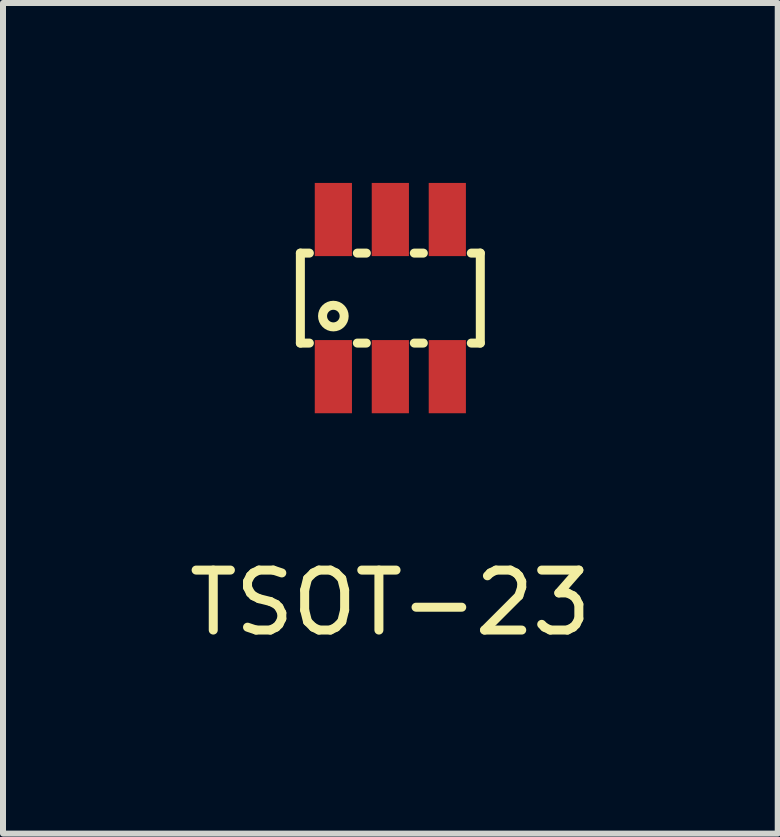
<source format=kicad_pcb>
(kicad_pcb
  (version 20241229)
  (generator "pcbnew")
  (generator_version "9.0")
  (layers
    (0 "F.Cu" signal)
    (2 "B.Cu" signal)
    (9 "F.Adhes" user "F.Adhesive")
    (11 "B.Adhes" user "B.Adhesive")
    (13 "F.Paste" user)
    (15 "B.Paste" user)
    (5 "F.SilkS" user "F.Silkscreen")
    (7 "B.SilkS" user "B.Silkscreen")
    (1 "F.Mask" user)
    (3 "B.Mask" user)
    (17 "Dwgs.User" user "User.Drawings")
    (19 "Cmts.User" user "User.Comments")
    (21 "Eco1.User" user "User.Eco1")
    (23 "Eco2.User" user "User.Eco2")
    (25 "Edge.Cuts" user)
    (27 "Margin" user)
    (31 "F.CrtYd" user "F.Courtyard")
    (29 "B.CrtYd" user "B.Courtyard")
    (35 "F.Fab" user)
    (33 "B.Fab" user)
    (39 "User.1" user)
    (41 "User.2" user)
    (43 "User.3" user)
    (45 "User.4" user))
  (footprint "TSOT-23"
    (layer "F.Cu")
    (at 3.458 1.92)
    (property "Reference" "TSOT-23" (at 0 5.08 0) (layer "F.SilkS") (effects (font (size 1 1) (thickness 0.15))))
    (attr through_hole)
    (fp_line (start -1.5 -0.75) (end -1.5 0.75) (stroke (width 0.15) (type solid)) (layer "F.SilkS"))
    (fp_line (start -1.5 -0.75) (end -1.35 -0.75) (stroke (width 0.15) (type solid)) (layer "F.SilkS"))
    (fp_line (start -1.5 0.75) (end -1.35 0.75) (stroke (width 0.15) (type solid)) (layer "F.SilkS"))
    (fp_line (start -0.55 -0.75) (end -0.4 -0.75) (stroke (width 0.15) (type solid)) (layer "F.SilkS"))
    (fp_line (start -0.55 0.75) (end -0.4 0.75) (stroke (width 0.15) (type solid)) (layer "F.SilkS"))
    (fp_line (start 0.4 -0.75) (end 0.55 -0.75) (stroke (width 0.15) (type solid)) (layer "F.SilkS"))
    (fp_line (start 0.4 0.75) (end 0.55 0.75) (stroke (width 0.15) (type solid)) (layer "F.SilkS"))
    (fp_line (start 1.5 -0.75) (end 1.35 -0.75) (stroke (width 0.15) (type solid)) (layer "F.SilkS"))
    (fp_line (start 1.5 -0.75) (end 1.5 0.75) (stroke (width 0.15) (type solid)) (layer "F.SilkS"))
    (fp_line (start 1.5 0.75) (end 1.35 0.75) (stroke (width 0.15) (type solid)) (layer "F.SilkS"))
    (fp_circle (center -0.95 0.3) (end -0.85 0.15) (stroke (width 0.15) (type solid)) (fill no) (layer "F.SilkS"))
    (pad "1" smd rect (at -0.95 1.31) (size 0.62 1.22) (layers "F.Cu" "F.Mask" "F.Paste"))
    (pad "2" smd rect (at 0 1.31) (size 0.62 1.22) (layers "F.Cu" "F.Mask" "F.Paste"))
    (pad "3" smd rect (at 0.95 1.31) (size 0.62 1.22) (layers "F.Cu" "F.Mask" "F.Paste"))
    (pad "4" smd rect (at 0.95 -1.31) (size 0.62 1.22) (layers "F.Cu" "F.Mask" "F.Paste"))
    (pad "5" smd rect (at 0 -1.31) (size 0.62 1.22) (layers "F.Cu" "F.Mask" "F.Paste"))
    (pad "6" smd rect (at -0.95 -1.31) (size 0.62 1.22) (layers "F.Cu" "F.Mask" "F.Paste")))
  (gr_rect
    (start -3 -3)
    (end 9.917 10.848)
    (stroke (width 0.1) (type default))
    (fill no)
    (layer "Edge.Cuts")))
</source>
